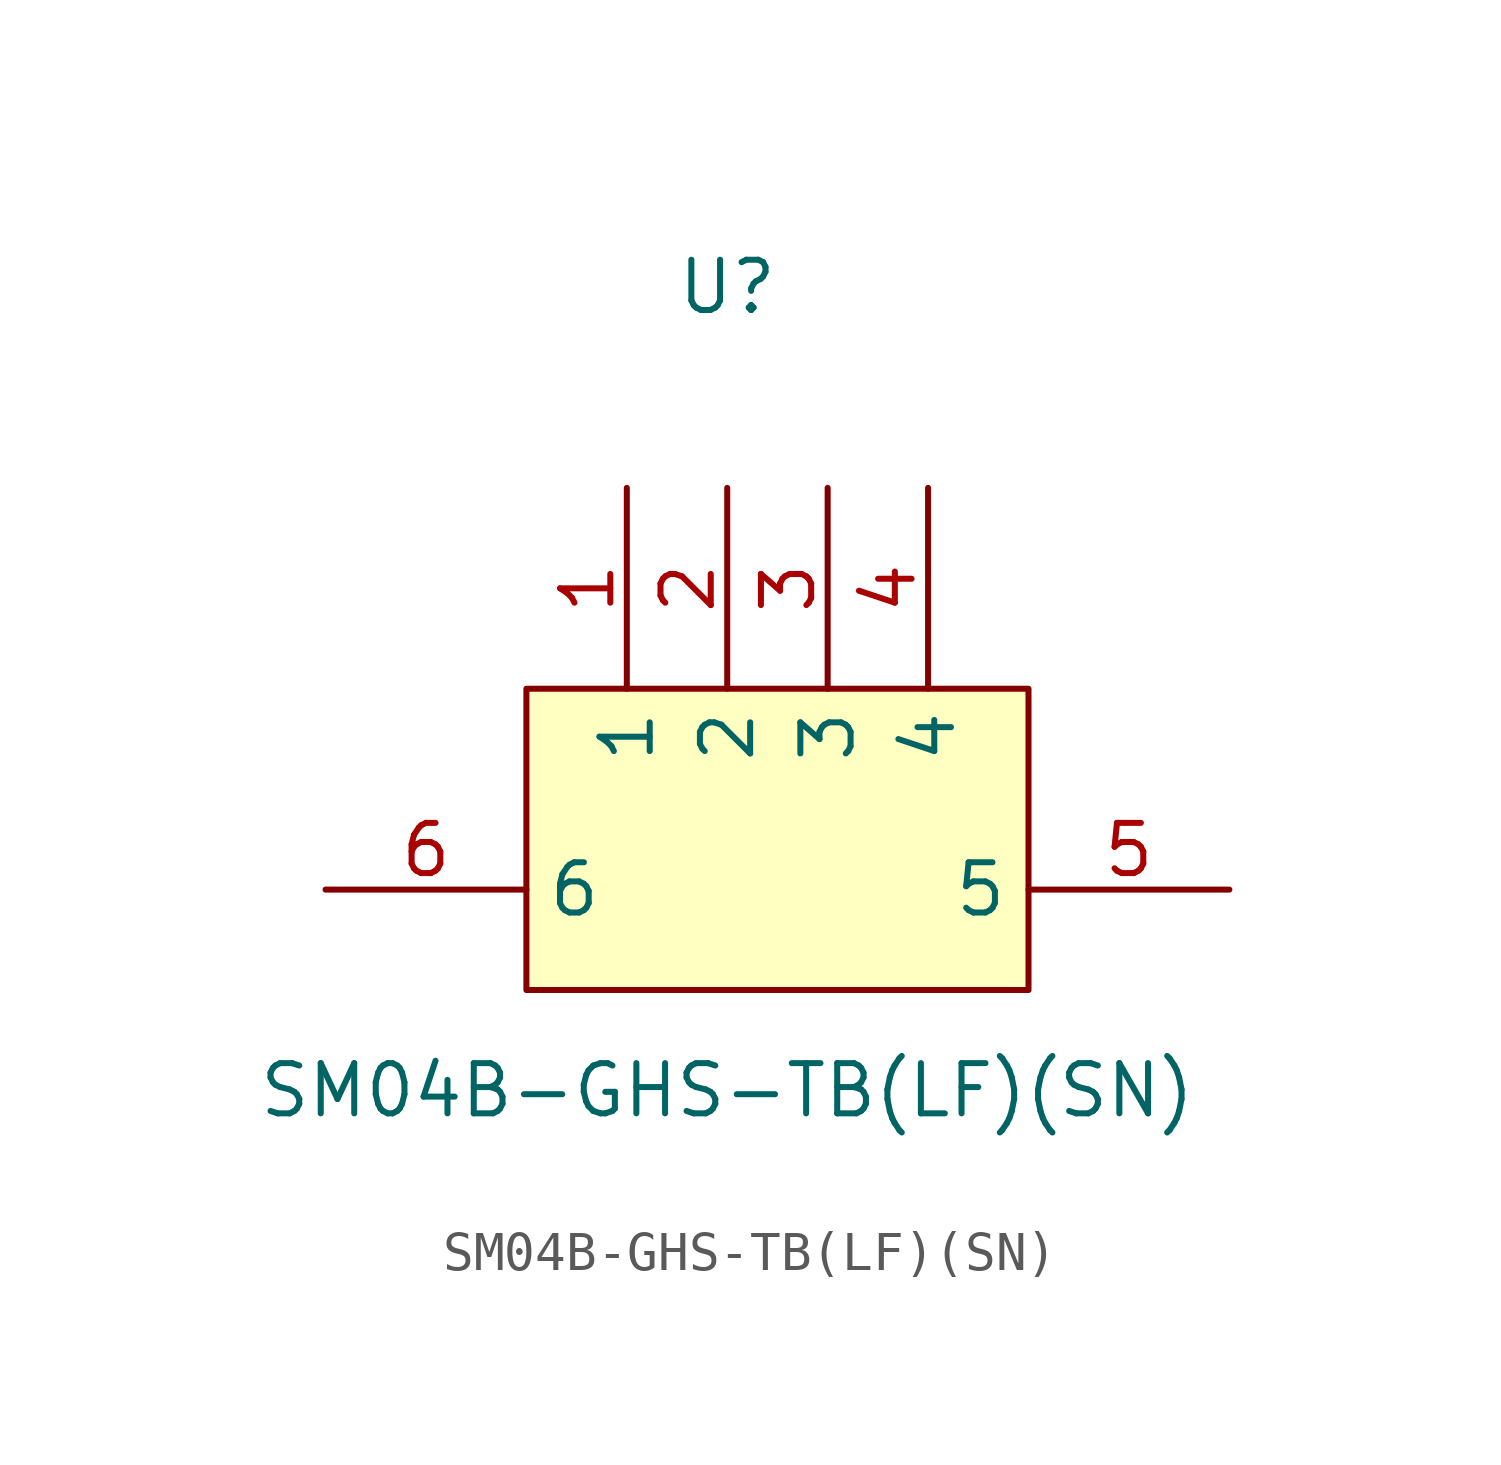
<source format=kicad_sym>
(kicad_symbol_lib
  (version 20211014)
  (generator https://github.com/uPesy/easyeda2kicad.py)
  (symbol "SM04B-GHS-TB(LF)(SN)"
    (property "Reference" "U"
      (at 0 12.70 0)
      (effects (font (size 1.27 1.27))))
    (property "Value" "SM04B-GHS-TB(LF)(SN)"
      (at 0 -7.62 0)
      (effects (font (size 1.27 1.27))))
    (symbol "SM04B-GHS-TB(LF)(SN)_0_1"
      (rectangle (start -5.08 2.54) (end 7.62 -5.08) (stroke (width 0) (type default) (color 0 0 0 0)) (fill (type background)))
      (pin unspecified line (at -2.54 7.62 270) (length 5.08) (name "1" (effects (font (size 1.27 1.27)))) (number "1" (effects (font (size 1.27 1.27)))))
      (pin unspecified line (at 0.00 7.62 270) (length 5.08) (name "2" (effects (font (size 1.27 1.27)))) (number "2" (effects (font (size 1.27 1.27)))))
      (pin unspecified line (at 2.54 7.62 270) (length 5.08) (name "3" (effects (font (size 1.27 1.27)))) (number "3" (effects (font (size 1.27 1.27)))))
      (pin unspecified line (at 5.08 7.62 270) (length 5.08) (name "4" (effects (font (size 1.27 1.27)))) (number "4" (effects (font (size 1.27 1.27)))))
      (pin unspecified line (at 12.70 -2.54 180) (length 5.08) (name "5" (effects (font (size 1.27 1.27)))) (number "5" (effects (font (size 1.27 1.27)))))
      (pin unspecified line (at -10.16 -2.54 0) (length 5.08) (name "6" (effects (font (size 1.27 1.27)))) (number "6" (effects (font (size 1.27 1.27))))))))
</source>
